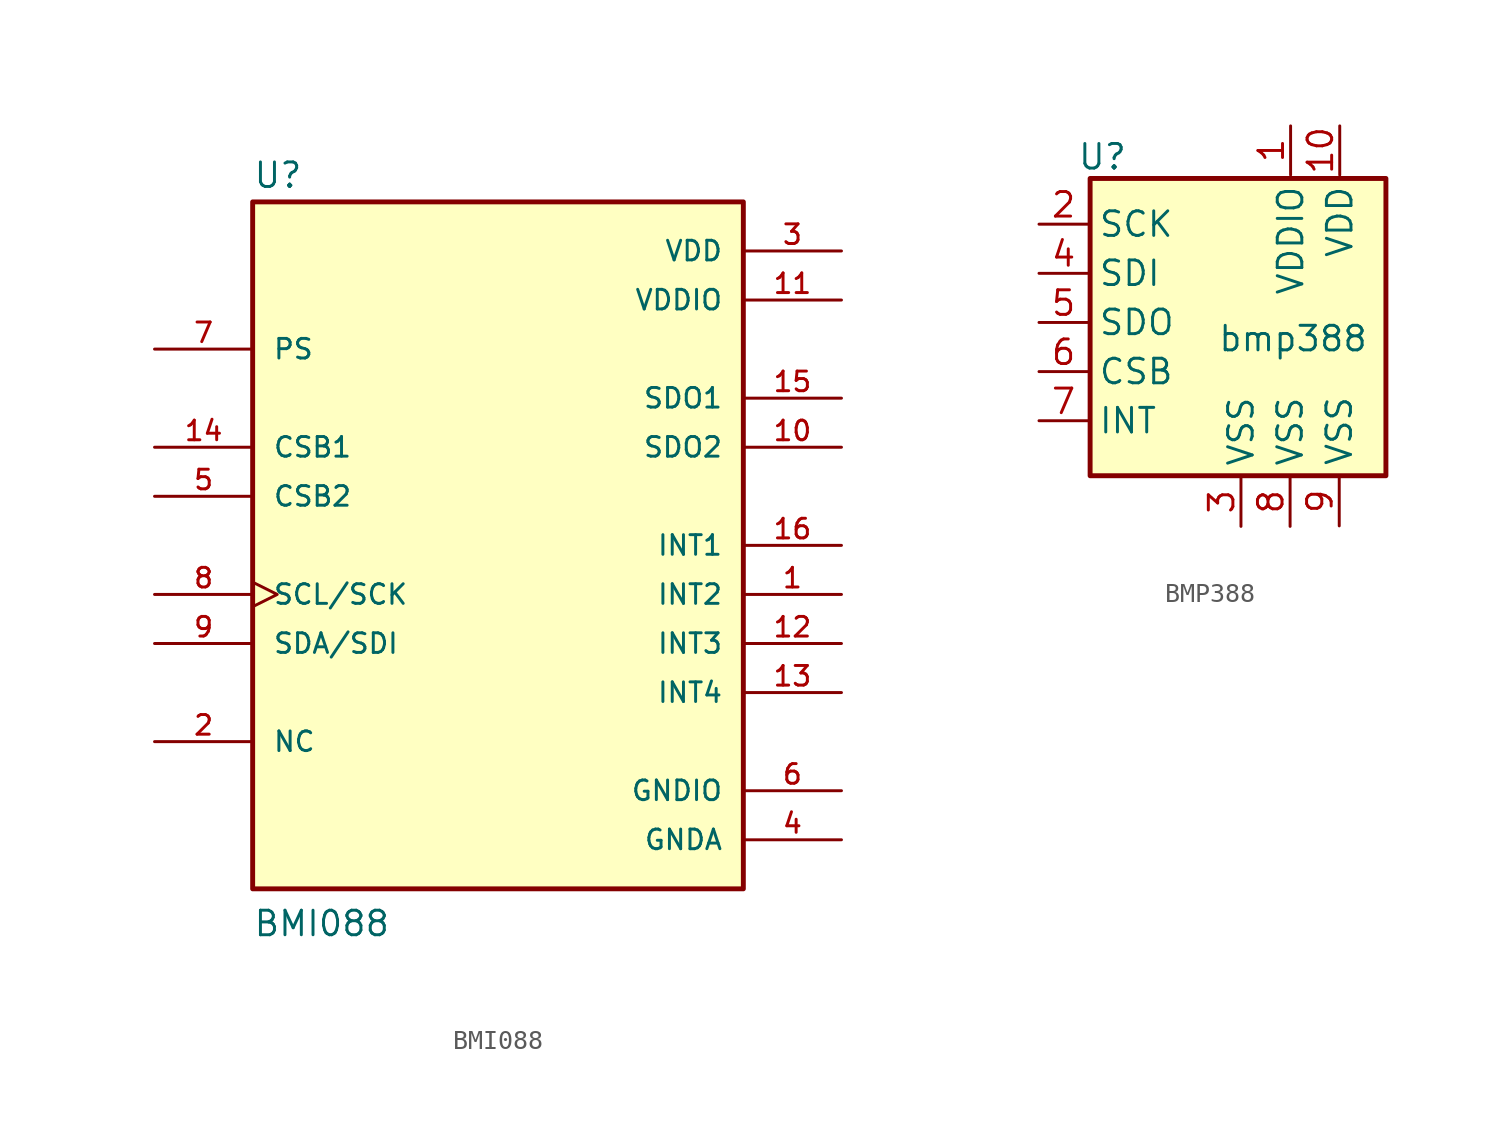
<source format=kicad_sym>
(kicad_symbol_lib
  (version 20220914)
  (generator kicad_symbol_editor)
  (symbol "BMI088"
    (pin_names
      (offset 1.016))
    (property "Reference" "U"
      (at -12.7 18.415 0)
      (effects (font (size 1.27 1.27)) (justify left bottom)))
    (property "Value" "BMI088"
      (at -12.7 -20.32 0)
      (effects (font (size 1.27 1.27)) (justify left bottom)))
    (symbol "BMI088_0_0"
      (rectangle (start -12.7 -17.78) (end 12.7 17.78) (stroke (width 0.254) (type default)) (fill (type background)))
      (pin bidirectional line (at 17.78 -2.54 180) (length 5.08) (name "INT2" (effects (font (size 1.016 1.016)))) (number "1" (effects (font (size 1.016 1.016)))))
      (pin output line (at 17.78 5.08 180) (length 5.08) (name "SDO2" (effects (font (size 1.016 1.016)))) (number "10" (effects (font (size 1.016 1.016)))))
      (pin power_in line (at 17.78 12.7 180) (length 5.08) (name "VDDIO" (effects (font (size 1.016 1.016)))) (number "11" (effects (font (size 1.016 1.016)))))
      (pin bidirectional line (at 17.78 -5.08 180) (length 5.08) (name "INT3" (effects (font (size 1.016 1.016)))) (number "12" (effects (font (size 1.016 1.016)))))
      (pin bidirectional line (at 17.78 -7.62 180) (length 5.08) (name "INT4" (effects (font (size 1.016 1.016)))) (number "13" (effects (font (size 1.016 1.016)))))
      (pin input line (at -17.78 5.08 0) (length 5.08) (name "CSB1" (effects (font (size 1.016 1.016)))) (number "14" (effects (font (size 1.016 1.016)))))
      (pin output line (at 17.78 7.62 180) (length 5.08) (name "SDO1" (effects (font (size 1.016 1.016)))) (number "15" (effects (font (size 1.016 1.016)))))
      (pin bidirectional line (at 17.78 0 180) (length 5.08) (name "INT1" (effects (font (size 1.016 1.016)))) (number "16" (effects (font (size 1.016 1.016)))))
      (pin passive line (at -17.78 -10.16 0) (length 5.08) (name "NC" (effects (font (size 1.016 1.016)))) (number "2" (effects (font (size 1.016 1.016)))))
      (pin power_in line (at 17.78 15.24 180) (length 5.08) (name "VDD" (effects (font (size 1.016 1.016)))) (number "3" (effects (font (size 1.016 1.016)))))
      (pin power_in line (at 17.78 -15.24 180) (length 5.08) (name "GNDA" (effects (font (size 1.016 1.016)))) (number "4" (effects (font (size 1.016 1.016)))))
      (pin input line (at -17.78 2.54 0) (length 5.08) (name "CSB2" (effects (font (size 1.016 1.016)))) (number "5" (effects (font (size 1.016 1.016)))))
      (pin power_in line (at 17.78 -12.7 180) (length 5.08) (name "GNDIO" (effects (font (size 1.016 1.016)))) (number "6" (effects (font (size 1.016 1.016)))))
      (pin input line (at -17.78 10.16 0) (length 5.08) (name "PS" (effects (font (size 1.016 1.016)))) (number "7" (effects (font (size 1.016 1.016)))))
      (pin input clock (at -17.78 -2.54 0) (length 5.08) (name "SCL/SCK" (effects (font (size 1.016 1.016)))) (number "8" (effects (font (size 1.016 1.016)))))
      (pin bidirectional line (at -17.78 -5.08 0) (length 5.08) (name "SDA/SDI" (effects (font (size 1.016 1.016)))) (number "9" (effects (font (size 1.016 1.016)))))))
  (symbol "BMP388"
    (property "Reference" "U"
      (at -3.073 -6.655 0)
      (effects (font (size 1.27 1.27))))
    (property "Value" "bmp388"
      (at 6.782 -16.053 0)
      (effects (font (size 1.27 1.27))))
    (symbol "BMP388_0_1"
      (rectangle (start -3.708 -7.772) (end 11.582 -23.139) (stroke (width 0.254) (type default)) (fill (type background))))
    (symbol "BMP388_1_1"
      (pin power_in line (at 6.655 -5.055 270) (length 2.54) (name "VDDIO" (effects (font (size 1.27 1.27)))) (number "1" (effects (font (size 1.27 1.27)))))
      (pin power_in line (at 9.195 -5.055 270) (length 2.54) (name "VDD" (effects (font (size 1.27 1.27)))) (number "10" (effects (font (size 1.27 1.27)))))
      (pin input line (at -6.35 -10.135 0) (length 2.54) (name "SCK" (effects (font (size 1.27 1.27)))) (number "2" (effects (font (size 1.27 1.27)))))
      (pin power_in line (at 4.089 -25.756 90) (length 2.54) (name "VSS" (effects (font (size 1.27 1.27)))) (number "3" (effects (font (size 1.27 1.27)))))
      (pin bidirectional line (at -6.35 -12.675 0) (length 2.54) (name "SDI" (effects (font (size 1.27 1.27)))) (number "4" (effects (font (size 1.27 1.27)))))
      (pin bidirectional line (at -6.35 -15.215 0) (length 2.54) (name "SDO" (effects (font (size 1.27 1.27)))) (number "5" (effects (font (size 1.27 1.27)))))
      (pin input line (at -6.35 -17.755 0) (length 2.54) (name "CSB" (effects (font (size 1.27 1.27)))) (number "6" (effects (font (size 1.27 1.27)))))
      (pin output line (at -6.35 -20.295 0) (length 2.54) (name "INT" (effects (font (size 1.27 1.27)))) (number "7" (effects (font (size 1.27 1.27)))))
      (pin power_in line (at 6.629 -25.756 90) (length 2.54) (name "VSS" (effects (font (size 1.27 1.27)))) (number "8" (effects (font (size 1.27 1.27)))))
      (pin power_in line (at 9.169 -25.73 90) (length 2.54) (name "VSS" (effects (font (size 1.27 1.27)))) (number "9" (effects (font (size 1.27 1.27))))))))
</source>
